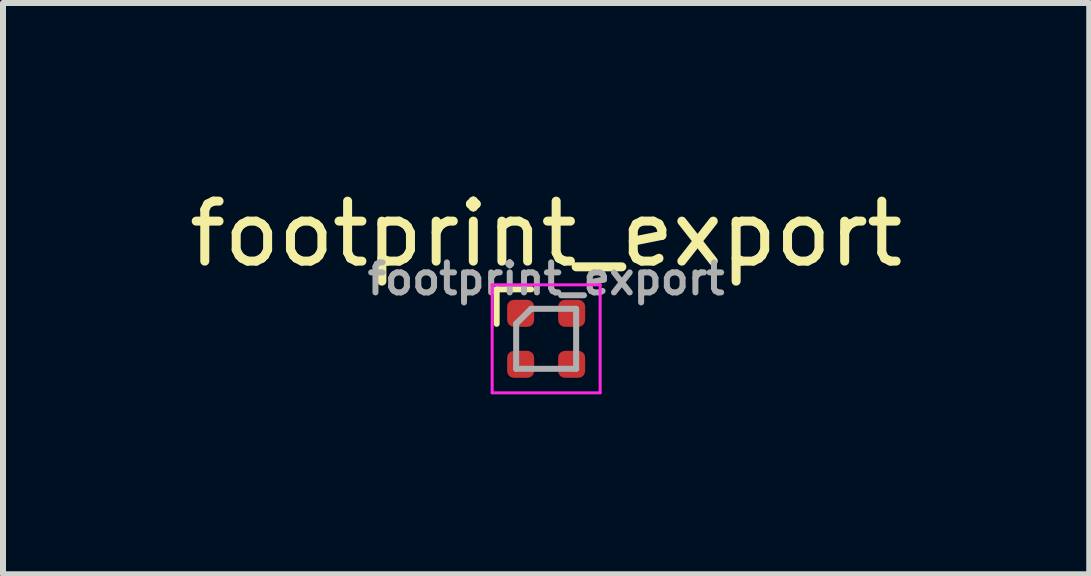
<source format=kicad_pcb>
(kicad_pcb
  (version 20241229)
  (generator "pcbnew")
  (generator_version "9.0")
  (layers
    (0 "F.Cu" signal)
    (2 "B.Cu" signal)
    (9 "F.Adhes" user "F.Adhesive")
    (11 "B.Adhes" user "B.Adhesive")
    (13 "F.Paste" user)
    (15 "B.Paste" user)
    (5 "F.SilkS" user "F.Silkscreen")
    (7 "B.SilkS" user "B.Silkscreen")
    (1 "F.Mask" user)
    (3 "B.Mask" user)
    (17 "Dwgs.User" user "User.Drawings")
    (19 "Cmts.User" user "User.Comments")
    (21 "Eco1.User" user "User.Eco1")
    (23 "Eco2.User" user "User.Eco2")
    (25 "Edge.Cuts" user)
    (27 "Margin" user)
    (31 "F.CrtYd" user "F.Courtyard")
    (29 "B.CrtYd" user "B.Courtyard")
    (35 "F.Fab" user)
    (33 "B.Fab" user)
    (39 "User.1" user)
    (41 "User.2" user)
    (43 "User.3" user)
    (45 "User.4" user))
  (footprint "footprint_export"
    (layer "F.Cu")
    (at 6.054 2.598)
    (property "Reference" "footprint_export" (at 0 -1.75 0) (layer "F.SilkS") (effects (font (size 1 1) (thickness 0.15))))
    (attr smd)
    (fp_line (start -0.825 -0.825) (end -0.825 -0.25) (stroke (width 0.1) (type solid)) (layer "F.SilkS"))
    (fp_line (start -0.25 -0.825) (end -0.825 -0.825) (stroke (width 0.1) (type solid)) (layer "F.SilkS"))
    (fp_line (start -0.9 -0.9) (end -0.9 0.9) (stroke (width 0.05) (type solid)) (layer "F.CrtYd"))
    (fp_line (start -0.9 0.9) (end 0.9 0.9) (stroke (width 0.05) (type solid)) (layer "F.CrtYd"))
    (fp_line (start 0.9 -0.9) (end -0.9 -0.9) (stroke (width 0.05) (type solid)) (layer "F.CrtYd"))
    (fp_line (start 0.9 0.9) (end 0.9 -0.9) (stroke (width 0.05) (type solid)) (layer "F.CrtYd"))
    (fp_line (start -0.5 -0.25) (end -0.5 0.5) (stroke (width 0.1) (type solid)) (layer "F.Fab"))
    (fp_line (start -0.5 0.5) (end 0.5 0.5) (stroke (width 0.1) (type solid)) (layer "F.Fab"))
    (fp_line (start -0.25 -0.5) (end -0.5 -0.25) (stroke (width 0.1) (type solid)) (layer "F.Fab"))
    (fp_line (start 0.5 -0.5) (end -0.25 -0.5) (stroke (width 0.1) (type solid)) (layer "F.Fab"))
    (fp_line (start 0.5 0.5) (end 0.5 -0.5) (stroke (width 0.1) (type solid)) (layer "F.Fab"))
    (fp_text user "${REFERENCE}" (at 0 -1 0) (layer "F.Fab") (effects (font (size 0.5 0.5) (thickness 0.1))))
    (pad "1" smd roundrect (at -0.425 -0.425) (size 0.45 0.45) (layers "F.Cu" "F.Mask" "F.Paste") (roundrect_rratio 0.25))
    (pad "2" smd roundrect (at 0.425 -0.425) (size 0.45 0.45) (layers "F.Cu" "F.Mask" "F.Paste") (roundrect_rratio 0.25))
    (pad "3" smd roundrect (at 0.425 0.425) (size 0.45 0.45) (layers "F.Cu" "F.Mask" "F.Paste") (roundrect_rratio 0.25))
    (pad "4" smd roundrect (at -0.425 0.425) (size 0.45 0.45) (layers "F.Cu" "F.Mask" "F.Paste") (roundrect_rratio 0.25)))
  (gr_rect
    (start -3 -3)
    (end 15.107 6.523)
    (stroke (width 0.1) (type default))
    (fill no)
    (layer "Edge.Cuts")))
</source>
